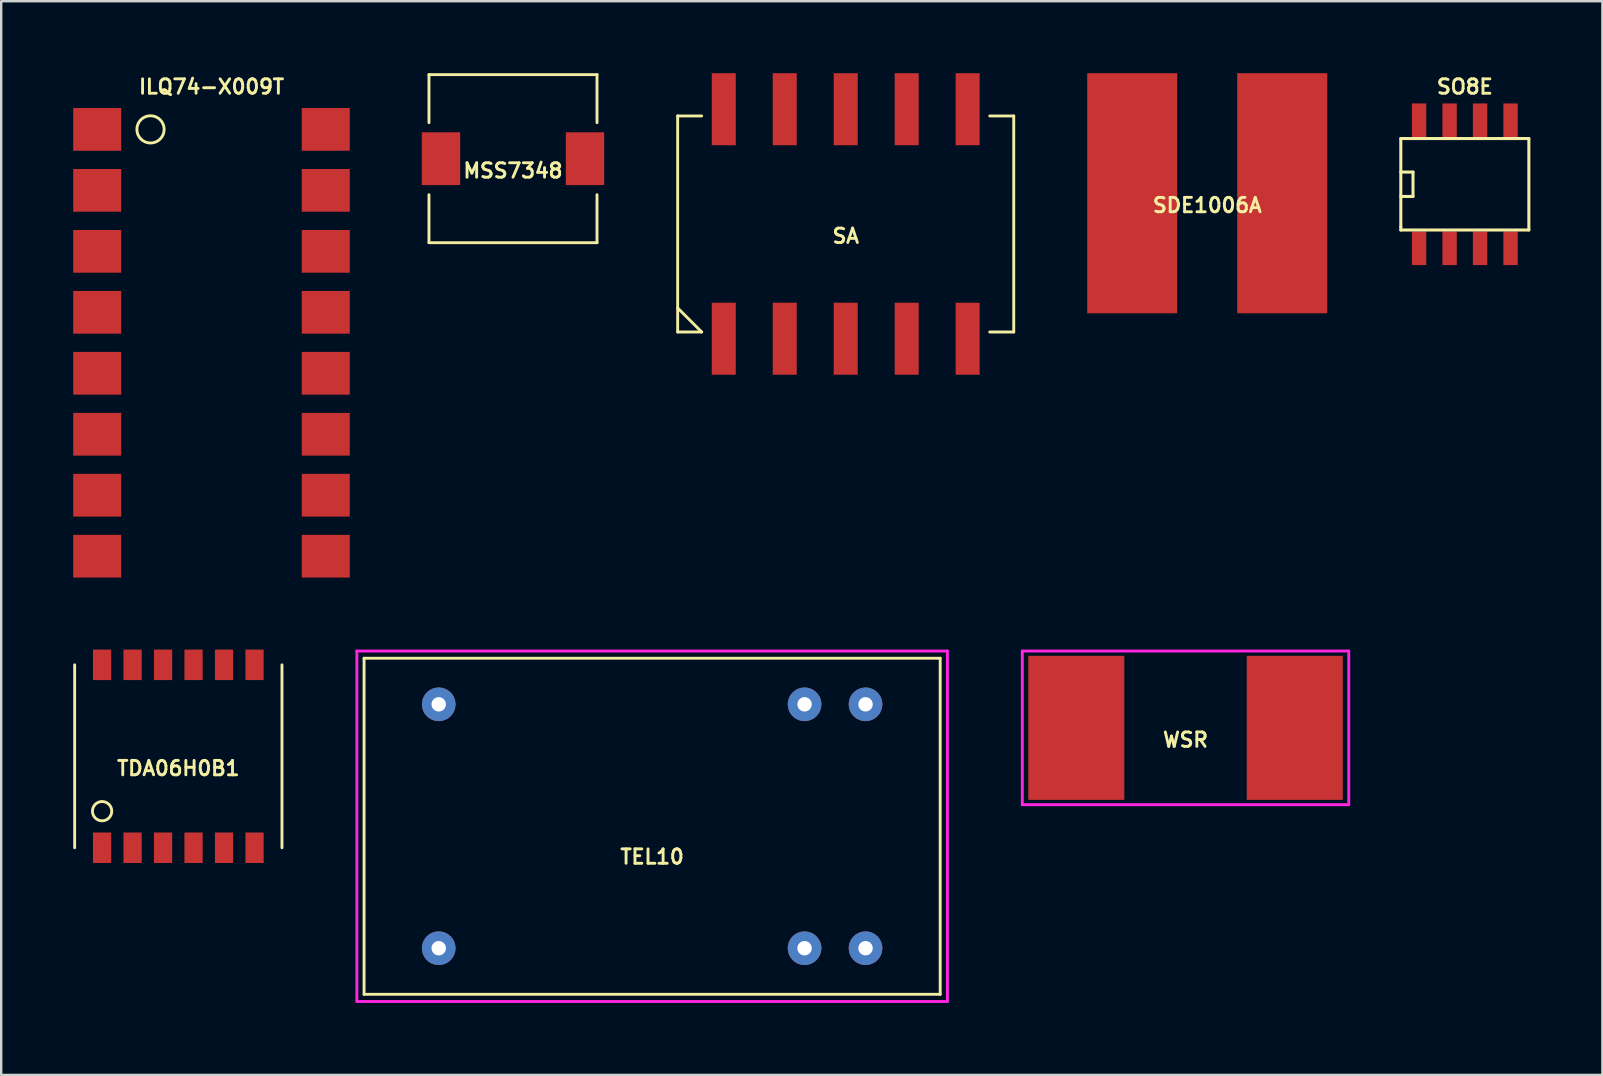
<source format=kicad_pcb>
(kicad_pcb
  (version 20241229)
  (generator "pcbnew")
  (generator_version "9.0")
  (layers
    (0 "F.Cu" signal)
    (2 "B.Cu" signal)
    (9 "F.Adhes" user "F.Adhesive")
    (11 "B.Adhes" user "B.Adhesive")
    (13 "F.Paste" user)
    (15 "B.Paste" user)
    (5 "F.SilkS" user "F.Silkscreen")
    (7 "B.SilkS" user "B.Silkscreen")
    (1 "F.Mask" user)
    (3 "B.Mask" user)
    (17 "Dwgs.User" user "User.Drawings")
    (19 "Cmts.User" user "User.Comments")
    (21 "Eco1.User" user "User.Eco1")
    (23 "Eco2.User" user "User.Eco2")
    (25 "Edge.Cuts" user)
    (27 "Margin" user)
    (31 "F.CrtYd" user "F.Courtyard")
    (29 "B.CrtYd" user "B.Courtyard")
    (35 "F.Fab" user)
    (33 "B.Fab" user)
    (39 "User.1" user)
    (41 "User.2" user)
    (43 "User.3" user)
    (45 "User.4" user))
  (footprint "WSR"
    (layer "F.Cu")
    (at 46.336 27.27)
    (property "Reference" "WSR" (at 0 0.5 0) (layer "F.SilkS") (effects (font (size 0.6 0.6) (thickness 0.12))))
    (attr through_hole)
    (fp_line (start -6.8 -3.2) (end 6.8 -3.2) (stroke (width 0.12) (type solid)) (layer "F.CrtYd"))
    (fp_line (start -6.8 3.2) (end -6.8 -3.2) (stroke (width 0.12) (type solid)) (layer "F.CrtYd"))
    (fp_line (start 6.8 -3.2) (end 6.8 3.2) (stroke (width 0.12) (type solid)) (layer "F.CrtYd"))
    (fp_line (start 6.8 3.2) (end -6.8 3.2) (stroke (width 0.12) (type solid)) (layer "F.CrtYd"))
    (pad "1" smd rect (at -4.55 0) (size 4 6) (layers "F.Cu" "F.Mask" "F.Paste"))
    (pad "2" smd rect (at 4.55 0) (size 4 6) (layers "F.Cu" "F.Mask" "F.Paste")))
  (footprint "SA"
    (layer "F.Cu")
    (at 32.18 6.28)
    (property "Reference" "SA" (at 0 0.5 0) (layer "F.SilkS") (effects (font (size 0.6 0.6) (thickness 0.12))))
    (attr through_hole)
    (fp_line (start -7 -4.5) (end -7 4.5) (stroke (width 0.12) (type solid)) (layer "F.SilkS"))
    (fp_line (start -7 -4.5) (end -6 -4.5) (stroke (width 0.12) (type solid)) (layer "F.SilkS"))
    (fp_line (start -7 4.5) (end -6 4.5) (stroke (width 0.12) (type solid)) (layer "F.SilkS"))
    (fp_line (start -6 4.5) (end -7 3.5) (stroke (width 0.12) (type solid)) (layer "F.SilkS"))
    (fp_line (start 7 -4.5) (end 6 -4.5) (stroke (width 0.12) (type solid)) (layer "F.SilkS"))
    (fp_line (start 7 -4.5) (end 7 4.5) (stroke (width 0.12) (type solid)) (layer "F.SilkS"))
    (fp_line (start 7 4.5) (end 6 4.5) (stroke (width 0.12) (type solid)) (layer "F.SilkS"))
    (pad "1" smd rect (at -5.08 4.78) (size 1 3) (layers "F.Cu" "F.Mask" "F.Paste"))
    (pad "2" smd rect (at -2.54 4.78) (size 1 3) (layers "F.Cu" "F.Mask" "F.Paste"))
    (pad "3" smd rect (at 0 4.78) (size 1 3) (layers "F.Cu" "F.Mask" "F.Paste"))
    (pad "4" smd rect (at 2.54 4.78) (size 1 3) (layers "F.Cu" "F.Mask" "F.Paste"))
    (pad "5" smd rect (at 5.08 4.78) (size 1 3) (layers "F.Cu" "F.Mask" "F.Paste"))
    (pad "6" smd rect (at 5.08 -4.78) (size 1 3) (layers "F.Cu" "F.Mask" "F.Paste"))
    (pad "7" smd rect (at 2.54 -4.78) (size 1 3) (layers "F.Cu" "F.Mask" "F.Paste"))
    (pad "8" smd rect (at 0 -4.78) (size 1 3) (layers "F.Cu" "F.Mask" "F.Paste"))
    (pad "9" smd rect (at -2.54 -4.78) (size 1 3) (layers "F.Cu" "F.Mask" "F.Paste"))
    (pad "10" smd rect (at -5.08 -4.78) (size 1 3) (layers "F.Cu" "F.Mask" "F.Paste")))
  (footprint "SO8E"
    (layer "F.Cu")
    (at 57.971 4.626)
    (property "Reference" "SO8E" (at 0 -4.064 0) (layer "F.SilkS") (effects (font (size 0.6 0.6) (thickness 0.12))))
    (attr smd)
    (fp_line (start -2.667 -1.905) (end -2.667 1.778) (stroke (width 0.127) (type solid)) (layer "F.SilkS"))
    (fp_line (start -2.667 -0.508) (end -2.159 -0.508) (stroke (width 0.127) (type solid)) (layer "F.SilkS"))
    (fp_line (start -2.667 1.778) (end -2.667 1.905) (stroke (width 0.127) (type solid)) (layer "F.SilkS"))
    (fp_line (start -2.667 1.905) (end 2.667 1.905) (stroke (width 0.127) (type solid)) (layer "F.SilkS"))
    (fp_line (start -2.159 -0.508) (end -2.159 0.508) (stroke (width 0.127) (type solid)) (layer "F.SilkS"))
    (fp_line (start -2.159 0.508) (end -2.667 0.508) (stroke (width 0.127) (type solid)) (layer "F.SilkS"))
    (fp_line (start 2.667 -1.905) (end -2.667 -1.905) (stroke (width 0.127) (type solid)) (layer "F.SilkS"))
    (fp_line (start 2.667 -1.905) (end 2.667 1.905) (stroke (width 0.127) (type solid)) (layer "F.SilkS"))
    (pad "1" smd rect (at -1.905 2.667) (size 0.599 1.4) (layers "F.Cu" "F.Mask" "F.Paste"))
    (pad "2" smd rect (at -0.635 2.667) (size 0.599 1.4) (layers "F.Cu" "F.Mask" "F.Paste"))
    (pad "3" smd rect (at 0.635 2.667) (size 0.599 1.4) (layers "F.Cu" "F.Mask" "F.Paste"))
    (pad "4" smd rect (at 1.905 2.667) (size 0.599 1.4) (layers "F.Cu" "F.Mask" "F.Paste"))
    (pad "5" smd rect (at 1.905 -2.667) (size 0.599 1.4) (layers "F.Cu" "F.Mask" "F.Paste"))
    (pad "6" smd rect (at 0.635 -2.667) (size 0.599 1.4) (layers "F.Cu" "F.Mask" "F.Paste"))
    (pad "7" smd rect (at -0.635 -2.667) (size 0.599 1.4) (layers "F.Cu" "F.Mask" "F.Paste"))
    (pad "8" smd rect (at -1.905 -2.667) (size 0.599 1.4) (layers "F.Cu" "F.Mask" "F.Paste")))
  (footprint "ILQ74-X009T"
    (layer "F.Cu")
    (at 5.76 11.23)
    (property "Reference" "ILQ74-X009T" (at 0 -10.668 0) (layer "F.SilkS") (effects (font (size 0.6 0.6) (thickness 0.12))))
    (attr through_hole)
    (fp_circle (center -2.54 -8.89) (end -3.048 -9.144) (stroke (width 0.12) (type solid)) (fill no) (layer "F.SilkS"))
    (pad "1" smd rect (at -4.76 -8.89) (size 2 1.78) (layers "F.Cu" "F.Mask" "F.Paste"))
    (pad "2" smd rect (at -4.76 -6.35) (size 2 1.78) (layers "F.Cu" "F.Mask" "F.Paste"))
    (pad "3" smd rect (at -4.76 -3.81) (size 2 1.78) (layers "F.Cu" "F.Mask" "F.Paste"))
    (pad "4" smd rect (at -4.76 -1.27) (size 2 1.78) (layers "F.Cu" "F.Mask" "F.Paste"))
    (pad "5" smd rect (at -4.76 1.27) (size 2 1.78) (layers "F.Cu" "F.Mask" "F.Paste"))
    (pad "6" smd rect (at -4.76 3.81) (size 2 1.78) (layers "F.Cu" "F.Mask" "F.Paste"))
    (pad "7" smd rect (at -4.76 6.35) (size 2 1.78) (layers "F.Cu" "F.Mask" "F.Paste"))
    (pad "8" smd rect (at -4.76 8.89) (size 2 1.78) (layers "F.Cu" "F.Mask" "F.Paste"))
    (pad "9" smd rect (at 4.76 8.89) (size 2 1.78) (layers "F.Cu" "F.Mask" "F.Paste"))
    (pad "10" smd rect (at 4.76 6.35) (size 2 1.78) (layers "F.Cu" "F.Mask" "F.Paste"))
    (pad "11" smd rect (at 4.76 3.81) (size 2 1.78) (layers "F.Cu" "F.Mask" "F.Paste"))
    (pad "12" smd rect (at 4.76 1.27) (size 2 1.78) (layers "F.Cu" "F.Mask" "F.Paste"))
    (pad "13" smd rect (at 4.76 -1.27) (size 2 1.78) (layers "F.Cu" "F.Mask" "F.Paste"))
    (pad "14" smd rect (at 4.76 -3.81) (size 2 1.78) (layers "F.Cu" "F.Mask" "F.Paste"))
    (pad "15" smd rect (at 4.76 -6.35) (size 2 1.78) (layers "F.Cu" "F.Mask" "F.Paste"))
    (pad "16" smd rect (at 4.76 -8.89) (size 2 1.78) (layers "F.Cu" "F.Mask" "F.Paste")))
  (footprint "SDE1006A"
    (layer "F.Cu")
    (at 47.24 5)
    (property "Reference" "SDE1006A" (at 0 0.5 0) (layer "F.SilkS") (effects (font (size 0.6 0.6) (thickness 0.12))))
    (attr through_hole)
    (pad "1" smd rect (at -3.125 0) (size 3.75 10) (layers "F.Cu" "F.Mask" "F.Paste"))
    (pad "2" smd rect (at 3.125 0) (size 3.75 10) (layers "F.Cu" "F.Mask" "F.Paste")))
  (footprint "TEL10"
    (layer "F.Cu")
    (at 24.116 31.37)
    (property "Reference" "TEL10" (at 0 1.27 0) (layer "F.SilkS") (effects (font (size 0.6 0.6) (thickness 0.12))))
    (attr through_hole)
    (fp_line (start -12 -7) (end -12 7) (stroke (width 0.12) (type solid)) (layer "F.SilkS"))
    (fp_line (start -12 7) (end 12 7) (stroke (width 0.12) (type solid)) (layer "F.SilkS"))
    (fp_line (start 12 -7) (end -12 -7) (stroke (width 0.12) (type solid)) (layer "F.SilkS"))
    (fp_line (start 12 7) (end 12 -7) (stroke (width 0.12) (type solid)) (layer "F.SilkS"))
    (fp_line (start -12.3 -7.3) (end 12.3 -7.3) (stroke (width 0.12) (type solid)) (layer "F.CrtYd"))
    (fp_line (start -12.3 7.3) (end -12.3 -7.3) (stroke (width 0.12) (type solid)) (layer "F.CrtYd"))
    (fp_line (start 12.3 -7.3) (end 12.3 7.3) (stroke (width 0.12) (type solid)) (layer "F.CrtYd"))
    (fp_line (start 12.3 7.3) (end -12.3 7.3) (stroke (width 0.12) (type solid)) (layer "F.CrtYd"))
    (pad "1" thru_hole circle (at -8.89 5.08) (size 1.4 1.4) (drill 0.6) (layers "*.Cu" "*.Mask"))
    (pad "7" thru_hole circle (at 6.35 5.08) (size 1.4 1.4) (drill 0.6) (layers "*.Cu" "*.Mask"))
    (pad "8" thru_hole circle (at 8.89 5.08) (size 1.4 1.4) (drill 0.6) (layers "*.Cu" "*.Mask"))
    (pad "9" thru_hole circle (at 8.89 -5.08) (size 1.4 1.4) (drill 0.6) (layers "*.Cu" "*.Mask"))
    (pad "10" thru_hole circle (at 6.35 -5.08 90) (size 1.4 1.4) (drill 0.6) (layers "*.Cu" "*.Mask"))
    (pad "16" thru_hole circle (at -8.89 -5.08 90) (size 1.4 1.4) (drill 0.6) (layers "*.Cu" "*.Mask")))
  (footprint "TDA06H0B1"
    (layer "F.Cu")
    (at 4.378 28.455)
    (property "Reference" "TDA06H0B1" (at 0 0.5 0) (layer "F.SilkS") (effects (font (size 0.6 0.6) (thickness 0.12))))
    (attr through_hole)
    (fp_line (start -4.318 -3.81) (end -4.318 3.81) (stroke (width 0.12) (type solid)) (layer "F.SilkS"))
    (fp_line (start 4.318 -3.81) (end 4.318 3.81) (stroke (width 0.12) (type solid)) (layer "F.SilkS"))
    (fp_circle (center -3.175 2.286) (end -3.556 2.159) (stroke (width 0.12) (type solid)) (fill no) (layer "F.SilkS"))
    (pad "1" smd rect (at -3.175 3.81) (size 0.76 1.27) (layers "F.Cu" "F.Mask" "F.Paste"))
    (pad "2" smd rect (at -1.905 3.81) (size 0.76 1.27) (layers "F.Cu" "F.Mask" "F.Paste"))
    (pad "3" smd rect (at -0.635 3.81) (size 0.76 1.27) (layers "F.Cu" "F.Mask" "F.Paste"))
    (pad "4" smd rect (at 0.635 3.81) (size 0.76 1.27) (layers "F.Cu" "F.Mask" "F.Paste"))
    (pad "5" smd rect (at 1.905 3.81) (size 0.76 1.27) (layers "F.Cu" "F.Mask" "F.Paste"))
    (pad "6" smd rect (at 3.175 3.81) (size 0.76 1.27) (layers "F.Cu" "F.Mask" "F.Paste"))
    (pad "7" smd rect (at 3.175 -3.81) (size 0.76 1.27) (layers "F.Cu" "F.Mask" "F.Paste"))
    (pad "8" smd rect (at 1.905 -3.81) (size 0.76 1.27) (layers "F.Cu" "F.Mask" "F.Paste"))
    (pad "9" smd rect (at 0.635 -3.81) (size 0.76 1.27) (layers "F.Cu" "F.Mask" "F.Paste"))
    (pad "10" smd rect (at -0.635 -3.81) (size 0.76 1.27) (layers "F.Cu" "F.Mask" "F.Paste"))
    (pad "11" smd rect (at -1.905 -3.81) (size 0.76 1.27) (layers "F.Cu" "F.Mask" "F.Paste"))
    (pad "12" smd rect (at -3.175 -3.81) (size 0.76 1.27) (layers "F.Cu" "F.Mask" "F.Paste")))
  (footprint "MSS7348"
    (layer "F.Cu")
    (at 18.32 3.56)
    (property "Reference" "MSS7348" (at 0 0.5 0) (layer "F.SilkS") (effects (font (size 0.6 0.6) (thickness 0.12))))
    (attr through_hole)
    (fp_line (start -3.5 -3.5) (end 3.5 -3.5) (stroke (width 0.12) (type solid)) (layer "F.SilkS"))
    (fp_line (start -3.5 -1.5) (end -3.5 -3.5) (stroke (width 0.12) (type solid)) (layer "F.SilkS"))
    (fp_line (start -3.5 1.5) (end -3.5 3.5) (stroke (width 0.12) (type solid)) (layer "F.SilkS"))
    (fp_line (start -3.5 3.5) (end 3.5 3.5) (stroke (width 0.12) (type solid)) (layer "F.SilkS"))
    (fp_line (start 3.5 -3.5) (end 3.5 -1.5) (stroke (width 0.12) (type solid)) (layer "F.SilkS"))
    (fp_line (start 3.5 3.5) (end 3.5 1.5) (stroke (width 0.12) (type solid)) (layer "F.SilkS"))
    (pad "1" smd rect (at -3 0) (size 1.6 2.2) (layers "F.Cu" "F.Mask" "F.Paste"))
    (pad "2" smd rect (at 3 0) (size 1.6 2.2) (layers "F.Cu" "F.Mask" "F.Paste")))
  (gr_rect
    (start -3 -3)
    (end 63.701 41.73)
    (stroke (width 0.1) (type default))
    (fill no)
    (layer "Edge.Cuts")))
</source>
